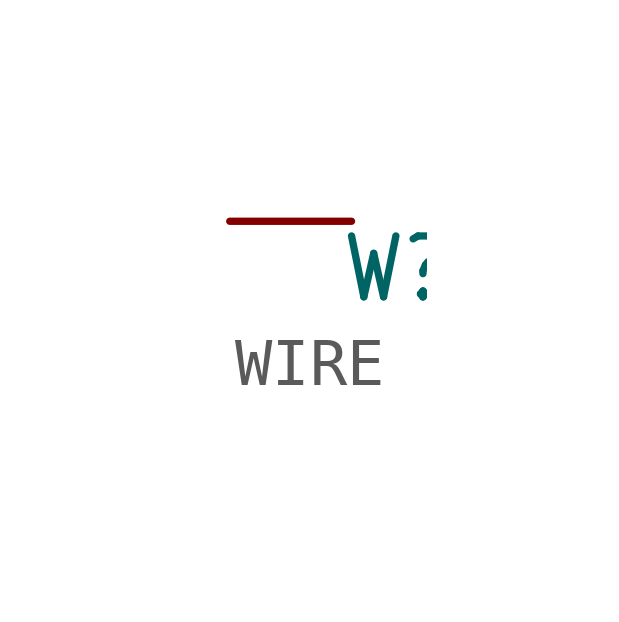
<source format=kicad_sym>
(kicad_symbol_lib
  (version 20211014)
  (generator kicad_symbol_editor)
  (symbol "WIRE"
    (property "Reference" "W"
      (at 2.286 -0.254 0)
      (effects (font (size 1.27 1.079)) (justify left top)))
    (property "ki_locked" ""
      (at 0 0 0)
      (effects (font (size 1.27 1.27))))
    (symbol "WIRE_1_0"
      (pin bidirectional line (at 0 0 0) (length 2.54) (name "P$1" (effects (font (size 0 0)))) (number "P$2" (effects (font (size 0 0))))))))
</source>
